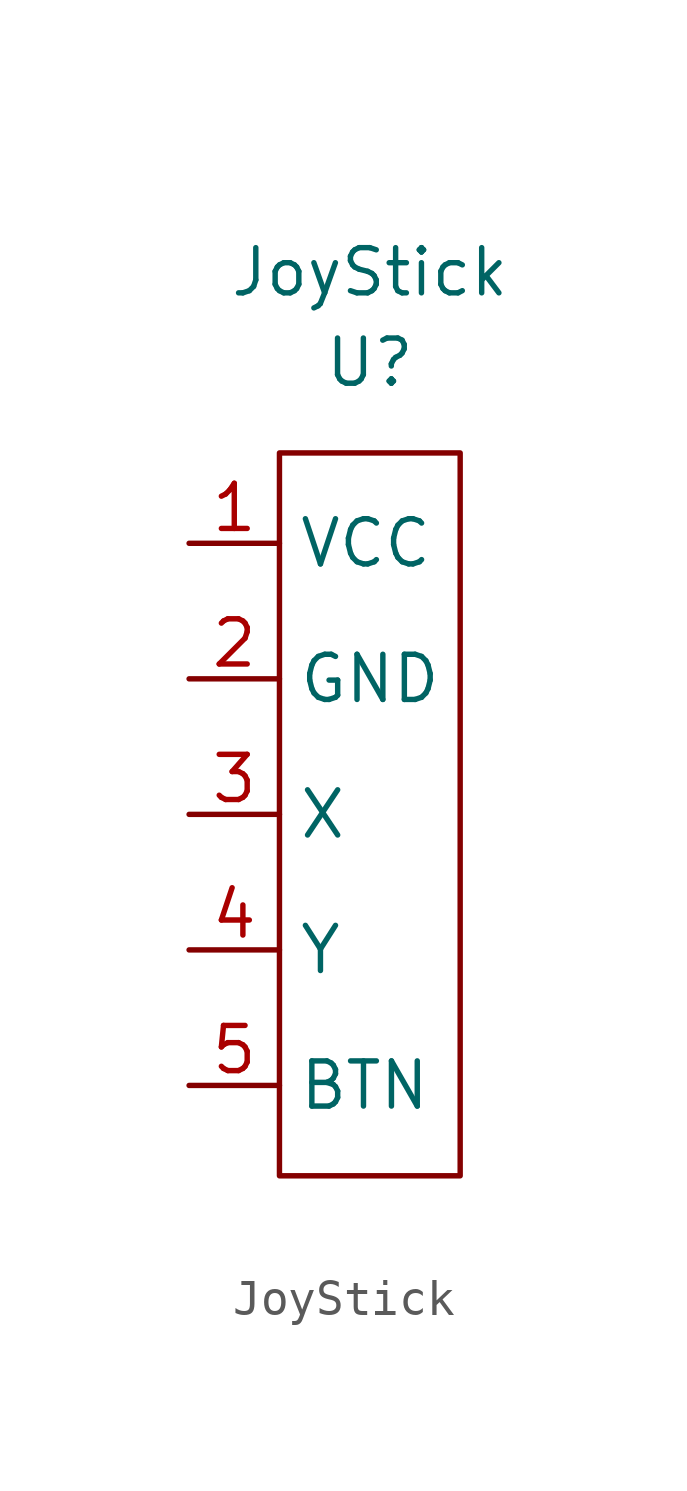
<source format=kicad_sym>
(kicad_symbol_lib
  (version 20211014)
  (generator kicad_symbol_editor)
  (symbol "JoyStick"
    (property "Reference" "U"
      (at 0 2.54 0)
      (effects (font (size 1.27 1.27))))
    (property "Value" "JoyStick"
      (at 0 5.08 0)
      (effects (font (size 1.27 1.27))))
    (symbol "JoyStick_0_1"
      (rectangle (start -2.54 0) (end 2.54 -20.32) (stroke (width 0) (type default) (color 0 0 0 0)) (fill (type none))))
    (symbol "JoyStick_1_1"
      (pin input line (at -5.08 -2.54 0) (length 2.54) (name "VCC" (effects (font (size 1.27 1.27)))) (number "1" (effects (font (size 1.27 1.27)))))
      (pin input line (at -5.08 -6.35 0) (length 2.54) (name "GND" (effects (font (size 1.27 1.27)))) (number "2" (effects (font (size 1.27 1.27)))))
      (pin input line (at -5.08 -10.16 0) (length 2.54) (name "X" (effects (font (size 1.27 1.27)))) (number "3" (effects (font (size 1.27 1.27)))))
      (pin output line (at -5.08 -13.97 0) (length 2.54) (name "Y" (effects (font (size 1.27 1.27)))) (number "4" (effects (font (size 1.27 1.27)))))
      (pin output line (at -5.08 -17.78 0) (length 2.54) (name "BTN" (effects (font (size 1.27 1.27)))) (number "5" (effects (font (size 1.27 1.27))))))))
</source>
